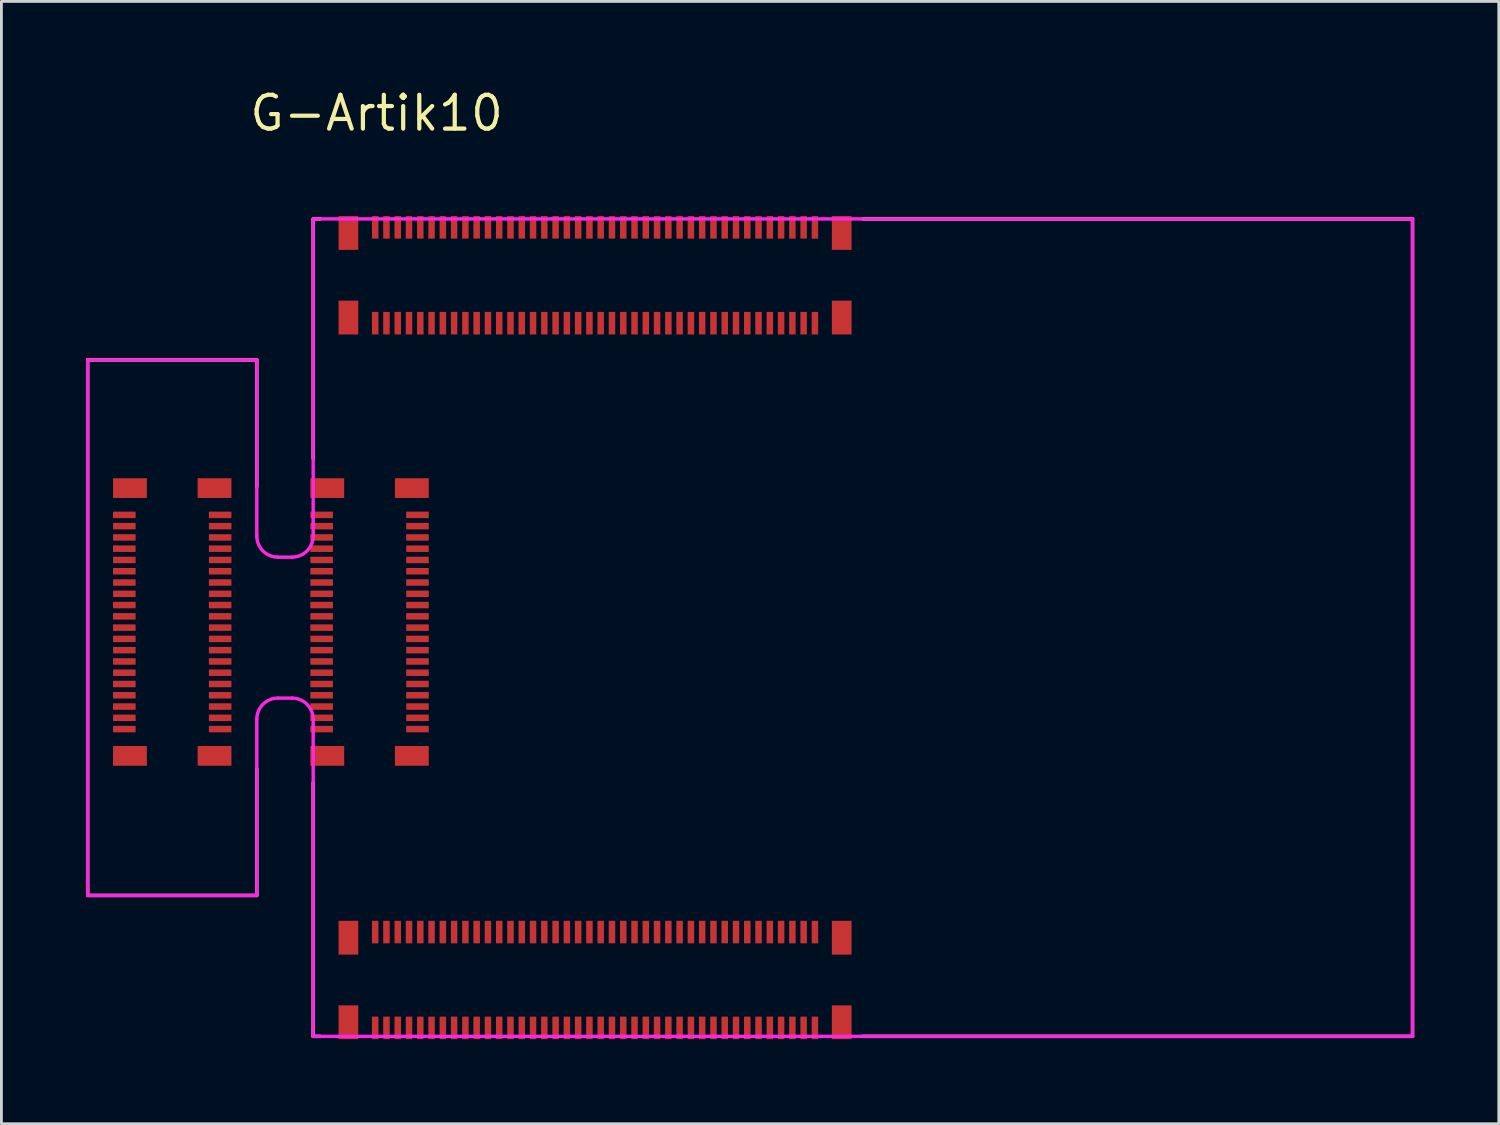
<source format=kicad_pcb>
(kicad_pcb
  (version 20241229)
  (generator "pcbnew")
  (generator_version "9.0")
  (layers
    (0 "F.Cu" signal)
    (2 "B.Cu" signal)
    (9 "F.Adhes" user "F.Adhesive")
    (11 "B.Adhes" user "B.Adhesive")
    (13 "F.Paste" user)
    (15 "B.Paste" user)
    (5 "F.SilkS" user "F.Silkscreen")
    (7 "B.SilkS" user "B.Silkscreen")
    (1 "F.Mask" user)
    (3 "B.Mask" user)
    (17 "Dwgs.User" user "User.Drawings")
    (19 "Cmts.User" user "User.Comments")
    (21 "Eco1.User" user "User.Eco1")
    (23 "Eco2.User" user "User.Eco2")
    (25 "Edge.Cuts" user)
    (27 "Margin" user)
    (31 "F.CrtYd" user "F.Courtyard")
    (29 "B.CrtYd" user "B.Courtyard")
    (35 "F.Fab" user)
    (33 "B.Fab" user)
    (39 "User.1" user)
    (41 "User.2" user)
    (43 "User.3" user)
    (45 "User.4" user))
  (footprint "G-Artik10"
    (layer "F.Cu")
    (at 27.56 19.215)
    (property "Reference" "G-Artik10" (at -17.25 -18.25 180) (layer "F.SilkS") (effects (font (size 1.2 1.2) (thickness 0.15))))
    (attr through_hole)
    (fp_line (start -27.5 -9.5) (end -27.5 9.5) (stroke (width 0.12) (type solid)) (layer "F.SilkS"))
    (fp_line (start -27.5 9.5) (end -21.5 9.5) (stroke (width 0.12) (type solid)) (layer "F.SilkS"))
    (fp_line (start -21.5 -9.5) (end -27.5 -9.5) (stroke (width 0.12) (type solid)) (layer "F.SilkS"))
    (fp_line (start -21.5 -5) (end -21.5 -9.5) (stroke (width 0.12) (type solid)) (layer "F.SilkS"))
    (fp_line (start -21.5 9.5) (end -21.5 5) (stroke (width 0.12) (type solid)) (layer "F.SilkS"))
    (fp_line (start -19.5 -14.5) (end -19.25 -14.5) (stroke (width 0.12) (type solid)) (layer "F.SilkS"))
    (fp_line (start -19.5 -6) (end -19.5 -14.5) (stroke (width 0.12) (type solid)) (layer "F.SilkS"))
    (fp_line (start -19.5 5.5) (end -19.5 14.5) (stroke (width 0.12) (type solid)) (layer "F.SilkS"))
    (fp_line (start -19.5 14.5) (end -19.25 14.5) (stroke (width 0.12) (type solid)) (layer "F.SilkS"))
    (fp_line (start 0 -14.5) (end 19.5 -14.5) (stroke (width 0.12) (type solid)) (layer "F.SilkS"))
    (fp_line (start 19.5 -14.5) (end 19.5 14.5) (stroke (width 0.12) (type solid)) (layer "F.SilkS"))
    (fp_line (start 19.5 14.5) (end 0 14.5) (stroke (width 0.12) (type solid)) (layer "F.SilkS"))
    (fp_line (start -27.5 -9.5) (end -27.5 9.5) (stroke (width 0.12) (type solid)) (layer "F.CrtYd"))
    (fp_line (start -27.5 9.5) (end -21.5 9.5) (stroke (width 0.12) (type solid)) (layer "F.CrtYd"))
    (fp_line (start -21.5 -9.5) (end -27.5 -9.5) (stroke (width 0.12) (type solid)) (layer "F.CrtYd"))
    (fp_line (start -21.5 -3.25) (end -21.5 -9.5) (stroke (width 0.12) (type solid)) (layer "F.CrtYd"))
    (fp_line (start -21.5 9.5) (end -21.5 3.25) (stroke (width 0.12) (type solid)) (layer "F.CrtYd"))
    (fp_line (start -20.75 -2.5) (end -20.25 -2.5) (stroke (width 0.12) (type solid)) (layer "F.CrtYd"))
    (fp_line (start -20.75 2.5) (end -20.25 2.5) (stroke (width 0.12) (type solid)) (layer "F.CrtYd"))
    (fp_line (start -19.5 -14.5) (end 19.5 -14.5) (stroke (width 0.12) (type solid)) (layer "F.CrtYd"))
    (fp_line (start -19.5 -3.25) (end -19.5 -14.5) (stroke (width 0.12) (type solid)) (layer "F.CrtYd"))
    (fp_line (start -19.5 14.5) (end -19.5 3.25) (stroke (width 0.12) (type solid)) (layer "F.CrtYd"))
    (fp_line (start 19.5 -14.5) (end 19.5 14.5) (stroke (width 0.12) (type solid)) (layer "F.CrtYd"))
    (fp_line (start 19.5 14.5) (end -19.5 14.5) (stroke (width 0.12) (type solid)) (layer "F.CrtYd"))
    (fp_arc (start -21.5 3.25) (mid -21.280793 2.720133) (end -20.751309 2.500001) (stroke (width 0.12) (type solid)) (layer "F.CrtYd"))
    (fp_arc (start -20.75 -2.5) (mid -21.28033 -2.71967) (end -21.5 -3.25) (stroke (width 0.12) (type solid)) (layer "F.CrtYd"))
    (fp_arc (start -20.25 2.5) (mid -19.71967 2.71967) (end -19.5 3.25) (stroke (width 0.12) (type solid)) (layer "F.CrtYd"))
    (fp_arc (start -19.5 -3.25) (mid -19.71967 -2.71967) (end -20.25 -2.5) (stroke (width 0.12) (type solid)) (layer "F.CrtYd"))
    (pad "1-1" smd rect (at -19.2 3.6 90) (size 0.23 0.8) (layers "F.Cu" "F.Mask" "F.Paste"))
    (pad "1-2" smd rect (at -15.8 3.6 90) (size 0.23 0.8) (layers "F.Cu" "F.Mask" "F.Paste"))
    (pad "1-3" smd rect (at -19.2 3.2 90) (size 0.23 0.8) (layers "F.Cu" "F.Mask" "F.Paste"))
    (pad "1-4" smd rect (at -15.8 3.2 90) (size 0.23 0.8) (layers "F.Cu" "F.Mask" "F.Paste"))
    (pad "1-5" smd rect (at -19.2 2.8 90) (size 0.23 0.8) (layers "F.Cu" "F.Mask" "F.Paste"))
    (pad "1-6" smd rect (at -15.8 2.8 90) (size 0.23 0.8) (layers "F.Cu" "F.Mask" "F.Paste"))
    (pad "1-7" smd rect (at -19.2 2.4 90) (size 0.23 0.8) (layers "F.Cu" "F.Mask" "F.Paste"))
    (pad "1-8" smd rect (at -15.8 2.4 90) (size 0.23 0.8) (layers "F.Cu" "F.Mask" "F.Paste"))
    (pad "1-9" smd rect (at -19.2 2 90) (size 0.23 0.8) (layers "F.Cu" "F.Mask" "F.Paste"))
    (pad "1-10" smd rect (at -15.8 2 90) (size 0.23 0.8) (layers "F.Cu" "F.Mask" "F.Paste"))
    (pad "1-11" smd rect (at -19.2 1.6 90) (size 0.23 0.8) (layers "F.Cu" "F.Mask" "F.Paste"))
    (pad "1-12" smd rect (at -15.8 1.6 90) (size 0.23 0.8) (layers "F.Cu" "F.Mask" "F.Paste"))
    (pad "1-13" smd rect (at -19.2 1.2 90) (size 0.23 0.8) (layers "F.Cu" "F.Mask" "F.Paste"))
    (pad "1-14" smd rect (at -15.8 1.2 90) (size 0.23 0.8) (layers "F.Cu" "F.Mask" "F.Paste"))
    (pad "1-15" smd rect (at -19.2 0.8 90) (size 0.23 0.8) (layers "F.Cu" "F.Mask" "F.Paste"))
    (pad "1-16" smd rect (at -15.8 0.8 90) (size 0.23 0.8) (layers "F.Cu" "F.Mask" "F.Paste"))
    (pad "1-17" smd rect (at -19.2 0.4 90) (size 0.23 0.8) (layers "F.Cu" "F.Mask" "F.Paste"))
    (pad "1-18" smd rect (at -15.8 0.4 90) (size 0.23 0.8) (layers "F.Cu" "F.Mask" "F.Paste"))
    (pad "1-19" smd rect (at -19.2 0 90) (size 0.23 0.8) (layers "F.Cu" "F.Mask" "F.Paste"))
    (pad "1-20" smd rect (at -15.8 0 90) (size 0.23 0.8) (layers "F.Cu" "F.Mask" "F.Paste"))
    (pad "1-21" smd rect (at -19.2 -0.4 90) (size 0.23 0.8) (layers "F.Cu" "F.Mask" "F.Paste"))
    (pad "1-22" smd rect (at -15.8 -0.4 90) (size 0.23 0.8) (layers "F.Cu" "F.Mask" "F.Paste"))
    (pad "1-23" smd rect (at -19.2 -0.8 90) (size 0.23 0.8) (layers "F.Cu" "F.Mask" "F.Paste"))
    (pad "1-24" smd rect (at -15.8 -0.8 90) (size 0.23 0.8) (layers "F.Cu" "F.Mask" "F.Paste"))
    (pad "1-25" smd rect (at -19.2 -1.2 90) (size 0.23 0.8) (layers "F.Cu" "F.Mask" "F.Paste"))
    (pad "1-26" smd rect (at -15.8 -1.2 90) (size 0.23 0.8) (layers "F.Cu" "F.Mask" "F.Paste"))
    (pad "1-27" smd rect (at -19.2 -1.6 90) (size 0.23 0.8) (layers "F.Cu" "F.Mask" "F.Paste"))
    (pad "1-28" smd rect (at -15.8 -1.6 90) (size 0.23 0.8) (layers "F.Cu" "F.Mask" "F.Paste"))
    (pad "1-29" smd rect (at -19.2 -2 90) (size 0.23 0.8) (layers "F.Cu" "F.Mask" "F.Paste"))
    (pad "1-30" smd rect (at -15.8 -2 90) (size 0.23 0.8) (layers "F.Cu" "F.Mask" "F.Paste"))
    (pad "1-31" smd rect (at -19.2 -2.4 90) (size 0.23 0.8) (layers "F.Cu" "F.Mask" "F.Paste"))
    (pad "1-32" smd rect (at -15.8 -2.4 90) (size 0.23 0.8) (layers "F.Cu" "F.Mask" "F.Paste"))
    (pad "1-33" smd rect (at -19.2 -2.8 90) (size 0.23 0.8) (layers "F.Cu" "F.Mask" "F.Paste"))
    (pad "1-34" smd rect (at -15.8 -2.8 90) (size 0.23 0.8) (layers "F.Cu" "F.Mask" "F.Paste"))
    (pad "1-35" smd rect (at -19.2 -3.2 90) (size 0.23 0.8) (layers "F.Cu" "F.Mask" "F.Paste"))
    (pad "1-36" smd rect (at -15.8 -3.2 90) (size 0.23 0.8) (layers "F.Cu" "F.Mask" "F.Paste"))
    (pad "1-37" smd rect (at -19.2 -3.6 90) (size 0.23 0.8) (layers "F.Cu" "F.Mask" "F.Paste"))
    (pad "1-38" smd rect (at -15.8 -3.6 90) (size 0.23 0.8) (layers "F.Cu" "F.Mask" "F.Paste"))
    (pad "1-39" smd rect (at -19.2 -4 90) (size 0.23 0.8) (layers "F.Cu" "F.Mask" "F.Paste"))
    (pad "1-40" smd rect (at -15.8 -4 90) (size 0.23 0.8) (layers "F.Cu" "F.Mask" "F.Paste"))
    (pad "3-1" smd rect (at -1.7 -10.8 180) (size 0.23 0.8) (layers "F.Cu" "F.Mask" "F.Paste"))
    (pad "3-2" smd rect (at -1.7 -14.2 180) (size 0.23 0.8) (layers "F.Cu" "F.Mask" "F.Paste"))
    (pad "3-3" smd rect (at -2.1 -10.8 180) (size 0.23 0.8) (layers "F.Cu" "F.Mask" "F.Paste"))
    (pad "3-4" smd rect (at -2.1 -14.2 180) (size 0.23 0.8) (layers "F.Cu" "F.Mask" "F.Paste"))
    (pad "3-5" smd rect (at -2.5 -10.8 180) (size 0.23 0.8) (layers "F.Cu" "F.Mask" "F.Paste"))
    (pad "3-6" smd rect (at -2.5 -14.2 180) (size 0.23 0.8) (layers "F.Cu" "F.Mask" "F.Paste"))
    (pad "3-7" smd rect (at -2.9 -10.8 180) (size 0.23 0.8) (layers "F.Cu" "F.Mask" "F.Paste"))
    (pad "3-8" smd rect (at -2.9 -14.2 180) (size 0.23 0.8) (layers "F.Cu" "F.Mask" "F.Paste"))
    (pad "3-9" smd rect (at -3.3 -10.8 180) (size 0.23 0.8) (layers "F.Cu" "F.Mask" "F.Paste"))
    (pad "3-10" smd rect (at -3.3 -14.2 180) (size 0.23 0.8) (layers "F.Cu" "F.Mask" "F.Paste"))
    (pad "3-11" smd rect (at -3.7 -10.8 180) (size 0.23 0.8) (layers "F.Cu" "F.Mask" "F.Paste"))
    (pad "3-12" smd rect (at -3.7 -14.2 180) (size 0.23 0.8) (layers "F.Cu" "F.Mask" "F.Paste"))
    (pad "3-13" smd rect (at -4.1 -10.8 180) (size 0.23 0.8) (layers "F.Cu" "F.Mask" "F.Paste"))
    (pad "3-14" smd rect (at -4.1 -14.2 180) (size 0.23 0.8) (layers "F.Cu" "F.Mask" "F.Paste"))
    (pad "3-15" smd rect (at -4.5 -10.8 180) (size 0.23 0.8) (layers "F.Cu" "F.Mask" "F.Paste"))
    (pad "3-16" smd rect (at -4.5 -14.2 180) (size 0.23 0.8) (layers "F.Cu" "F.Mask" "F.Paste"))
    (pad "3-17" smd rect (at -4.9 -10.8 180) (size 0.23 0.8) (layers "F.Cu" "F.Mask" "F.Paste"))
    (pad "3-18" smd rect (at -4.9 -14.2 180) (size 0.23 0.8) (layers "F.Cu" "F.Mask" "F.Paste"))
    (pad "3-19" smd rect (at -5.3 -10.8 180) (size 0.23 0.8) (layers "F.Cu" "F.Mask" "F.Paste"))
    (pad "3-20" smd rect (at -5.3 -14.2 180) (size 0.23 0.8) (layers "F.Cu" "F.Mask" "F.Paste"))
    (pad "3-21" smd rect (at -5.7 -10.8 180) (size 0.23 0.8) (layers "F.Cu" "F.Mask" "F.Paste"))
    (pad "3-22" smd rect (at -5.7 -14.2 180) (size 0.23 0.8) (layers "F.Cu" "F.Mask" "F.Paste"))
    (pad "3-23" smd rect (at -6.1 -10.8 180) (size 0.23 0.8) (layers "F.Cu" "F.Mask" "F.Paste"))
    (pad "3-24" smd rect (at -6.1 -14.2 180) (size 0.23 0.8) (layers "F.Cu" "F.Mask" "F.Paste"))
    (pad "3-25" smd rect (at -6.5 -10.8 180) (size 0.23 0.8) (layers "F.Cu" "F.Mask" "F.Paste"))
    (pad "3-26" smd rect (at -6.5 -14.2 180) (size 0.23 0.8) (layers "F.Cu" "F.Mask" "F.Paste"))
    (pad "3-27" smd rect (at -6.9 -10.8 180) (size 0.23 0.8) (layers "F.Cu" "F.Mask" "F.Paste"))
    (pad "3-28" smd rect (at -6.9 -14.2 180) (size 0.23 0.8) (layers "F.Cu" "F.Mask" "F.Paste"))
    (pad "3-29" smd rect (at -7.3 -10.8 180) (size 0.23 0.8) (layers "F.Cu" "F.Mask" "F.Paste"))
    (pad "3-30" smd rect (at -7.3 -14.2 180) (size 0.23 0.8) (layers "F.Cu" "F.Mask" "F.Paste"))
    (pad "3-31" smd rect (at -7.7 -10.8 180) (size 0.23 0.8) (layers "F.Cu" "F.Mask" "F.Paste"))
    (pad "3-32" smd rect (at -7.7 -14.2 180) (size 0.23 0.8) (layers "F.Cu" "F.Mask" "F.Paste"))
    (pad "3-33" smd rect (at -8.1 -10.8 180) (size 0.23 0.8) (layers "F.Cu" "F.Mask" "F.Paste"))
    (pad "3-34" smd rect (at -8.1 -14.2 180) (size 0.23 0.8) (layers "F.Cu" "F.Mask" "F.Paste"))
    (pad "3-35" smd rect (at -8.5 -10.8 180) (size 0.23 0.8) (layers "F.Cu" "F.Mask" "F.Paste"))
    (pad "3-36" smd rect (at -8.5 -14.2 180) (size 0.23 0.8) (layers "F.Cu" "F.Mask" "F.Paste"))
    (pad "3-37" smd rect (at -8.9 -10.8 180) (size 0.23 0.8) (layers "F.Cu" "F.Mask" "F.Paste"))
    (pad "3-38" smd rect (at -8.9 -14.2 180) (size 0.23 0.8) (layers "F.Cu" "F.Mask" "F.Paste"))
    (pad "3-39" smd rect (at -9.3 -10.8 180) (size 0.23 0.8) (layers "F.Cu" "F.Mask" "F.Paste"))
    (pad "3-40" smd rect (at -9.3 -14.2 180) (size 0.23 0.8) (layers "F.Cu" "F.Mask" "F.Paste"))
    (pad "3-41" smd rect (at -9.7 -10.8 180) (size 0.23 0.8) (layers "F.Cu" "F.Mask" "F.Paste"))
    (pad "3-42" smd rect (at -9.7 -14.2 180) (size 0.23 0.8) (layers "F.Cu" "F.Mask" "F.Paste"))
    (pad "3-43" smd rect (at -10.1 -10.8 180) (size 0.23 0.8) (layers "F.Cu" "F.Mask" "F.Paste"))
    (pad "3-44" smd rect (at -10.1 -14.2 180) (size 0.23 0.8) (layers "F.Cu" "F.Mask" "F.Paste"))
    (pad "3-45" smd rect (at -10.5 -10.8 180) (size 0.23 0.8) (layers "F.Cu" "F.Mask" "F.Paste"))
    (pad "3-46" smd rect (at -10.5 -14.2 180) (size 0.23 0.8) (layers "F.Cu" "F.Mask" "F.Paste"))
    (pad "3-47" smd rect (at -10.9 -10.8 180) (size 0.23 0.8) (layers "F.Cu" "F.Mask" "F.Paste"))
    (pad "3-48" smd rect (at -10.9 -14.2 180) (size 0.23 0.8) (layers "F.Cu" "F.Mask" "F.Paste"))
    (pad "3-49" smd rect (at -11.3 -10.8 180) (size 0.23 0.8) (layers "F.Cu" "F.Mask" "F.Paste"))
    (pad "3-50" smd rect (at -11.3 -14.2 180) (size 0.23 0.8) (layers "F.Cu" "F.Mask" "F.Paste"))
    (pad "3-51" smd rect (at -11.7 -10.8 180) (size 0.23 0.8) (layers "F.Cu" "F.Mask" "F.Paste"))
    (pad "3-52" smd rect (at -11.7 -14.2 180) (size 0.23 0.8) (layers "F.Cu" "F.Mask" "F.Paste"))
    (pad "3-53" smd rect (at -12.1 -10.8 180) (size 0.23 0.8) (layers "F.Cu" "F.Mask" "F.Paste"))
    (pad "3-54" smd rect (at -12.1 -14.2 180) (size 0.23 0.8) (layers "F.Cu" "F.Mask" "F.Paste"))
    (pad "3-55" smd rect (at -12.5 -10.8 180) (size 0.23 0.8) (layers "F.Cu" "F.Mask" "F.Paste"))
    (pad "3-56" smd rect (at -12.5 -14.2 180) (size 0.23 0.8) (layers "F.Cu" "F.Mask" "F.Paste"))
    (pad "3-57" smd rect (at -12.9 -10.8 180) (size 0.23 0.8) (layers "F.Cu" "F.Mask" "F.Paste"))
    (pad "3-58" smd rect (at -12.9 -14.2 180) (size 0.23 0.8) (layers "F.Cu" "F.Mask" "F.Paste"))
    (pad "3-59" smd rect (at -13.3 -10.8 180) (size 0.23 0.8) (layers "F.Cu" "F.Mask" "F.Paste"))
    (pad "3-60" smd rect (at -13.3 -14.2 180) (size 0.23 0.8) (layers "F.Cu" "F.Mask" "F.Paste"))
    (pad "3-61" smd rect (at -13.7 -10.8 180) (size 0.23 0.8) (layers "F.Cu" "F.Mask" "F.Paste"))
    (pad "3-62" smd rect (at -13.7 -14.2 180) (size 0.23 0.8) (layers "F.Cu" "F.Mask" "F.Paste"))
    (pad "3-63" smd rect (at -14.1 -10.8 180) (size 0.23 0.8) (layers "F.Cu" "F.Mask" "F.Paste"))
    (pad "3-64" smd rect (at -14.1 -14.2 180) (size 0.23 0.8) (layers "F.Cu" "F.Mask" "F.Paste"))
    (pad "3-65" smd rect (at -14.5 -10.8 180) (size 0.23 0.8) (layers "F.Cu" "F.Mask" "F.Paste"))
    (pad "3-66" smd rect (at -14.5 -14.2 180) (size 0.23 0.8) (layers "F.Cu" "F.Mask" "F.Paste"))
    (pad "3-67" smd rect (at -14.9 -10.8 180) (size 0.23 0.8) (layers "F.Cu" "F.Mask" "F.Paste"))
    (pad "3-68" smd rect (at -14.9 -14.2 180) (size 0.23 0.8) (layers "F.Cu" "F.Mask" "F.Paste"))
    (pad "3-69" smd rect (at -15.3 -10.8 180) (size 0.23 0.8) (layers "F.Cu" "F.Mask" "F.Paste"))
    (pad "3-70" smd rect (at -15.3 -14.2 180) (size 0.23 0.8) (layers "F.Cu" "F.Mask" "F.Paste"))
    (pad "3-71" smd rect (at -15.7 -10.8 180) (size 0.23 0.8) (layers "F.Cu" "F.Mask" "F.Paste"))
    (pad "3-72" smd rect (at -15.7 -14.2 180) (size 0.23 0.8) (layers "F.Cu" "F.Mask" "F.Paste"))
    (pad "3-73" smd rect (at -16.1 -10.8 180) (size 0.23 0.8) (layers "F.Cu" "F.Mask" "F.Paste"))
    (pad "3-74" smd rect (at -16.1 -14.2 180) (size 0.23 0.8) (layers "F.Cu" "F.Mask" "F.Paste"))
    (pad "3-75" smd rect (at -16.5 -10.8 180) (size 0.23 0.8) (layers "F.Cu" "F.Mask" "F.Paste"))
    (pad "3-76" smd rect (at -16.5 -14.2 180) (size 0.23 0.8) (layers "F.Cu" "F.Mask" "F.Paste"))
    (pad "3-77" smd rect (at -16.9 -10.8 180) (size 0.23 0.8) (layers "F.Cu" "F.Mask" "F.Paste"))
    (pad "3-78" smd rect (at -16.9 -14.2 180) (size 0.23 0.8) (layers "F.Cu" "F.Mask" "F.Paste"))
    (pad "3-79" smd rect (at -17.3 -10.8 180) (size 0.23 0.8) (layers "F.Cu" "F.Mask" "F.Paste"))
    (pad "3-80" smd rect (at -17.3 -14.2 180) (size 0.23 0.8) (layers "F.Cu" "F.Mask" "F.Paste"))
    (pad "4-1" smd rect (at -1.7 14.2 180) (size 0.23 0.8) (layers "F.Cu" "F.Mask" "F.Paste"))
    (pad "4-2" smd rect (at -1.7 10.8 180) (size 0.23 0.8) (layers "F.Cu" "F.Mask" "F.Paste"))
    (pad "4-3" smd rect (at -2.1 14.2 180) (size 0.23 0.8) (layers "F.Cu" "F.Mask" "F.Paste"))
    (pad "4-4" smd rect (at -2.1 10.8 180) (size 0.23 0.8) (layers "F.Cu" "F.Mask" "F.Paste"))
    (pad "4-5" smd rect (at -2.5 14.2 180) (size 0.23 0.8) (layers "F.Cu" "F.Mask" "F.Paste"))
    (pad "4-6" smd rect (at -2.5 10.8 180) (size 0.23 0.8) (layers "F.Cu" "F.Mask" "F.Paste"))
    (pad "4-7" smd rect (at -2.9 14.2 180) (size 0.23 0.8) (layers "F.Cu" "F.Mask" "F.Paste"))
    (pad "4-8" smd rect (at -2.9 10.8 180) (size 0.23 0.8) (layers "F.Cu" "F.Mask" "F.Paste"))
    (pad "4-9" smd rect (at -3.3 14.2 180) (size 0.23 0.8) (layers "F.Cu" "F.Mask" "F.Paste"))
    (pad "4-10" smd rect (at -3.3 10.8 180) (size 0.23 0.8) (layers "F.Cu" "F.Mask" "F.Paste"))
    (pad "4-11" smd rect (at -3.7 14.2 180) (size 0.23 0.8) (layers "F.Cu" "F.Mask" "F.Paste"))
    (pad "4-12" smd rect (at -3.7 10.8 180) (size 0.23 0.8) (layers "F.Cu" "F.Mask" "F.Paste"))
    (pad "4-13" smd rect (at -4.1 14.2 180) (size 0.23 0.8) (layers "F.Cu" "F.Mask" "F.Paste"))
    (pad "4-14" smd rect (at -4.1 10.8 180) (size 0.23 0.8) (layers "F.Cu" "F.Mask" "F.Paste"))
    (pad "4-15" smd rect (at -4.5 14.2 180) (size 0.23 0.8) (layers "F.Cu" "F.Mask" "F.Paste"))
    (pad "4-16" smd rect (at -4.5 10.8 180) (size 0.23 0.8) (layers "F.Cu" "F.Mask" "F.Paste"))
    (pad "4-17" smd rect (at -4.9 14.2 180) (size 0.23 0.8) (layers "F.Cu" "F.Mask" "F.Paste"))
    (pad "4-18" smd rect (at -4.9 10.8 180) (size 0.23 0.8) (layers "F.Cu" "F.Mask" "F.Paste"))
    (pad "4-19" smd rect (at -5.3 14.2 180) (size 0.23 0.8) (layers "F.Cu" "F.Mask" "F.Paste"))
    (pad "4-20" smd rect (at -5.3 10.8 180) (size 0.23 0.8) (layers "F.Cu" "F.Mask" "F.Paste"))
    (pad "4-21" smd rect (at -5.7 14.2 180) (size 0.23 0.8) (layers "F.Cu" "F.Mask" "F.Paste"))
    (pad "4-22" smd rect (at -5.7 10.8 180) (size 0.23 0.8) (layers "F.Cu" "F.Mask" "F.Paste"))
    (pad "4-23" smd rect (at -6.1 14.2 180) (size 0.23 0.8) (layers "F.Cu" "F.Mask" "F.Paste"))
    (pad "4-24" smd rect (at -6.1 10.8 180) (size 0.23 0.8) (layers "F.Cu" "F.Mask" "F.Paste"))
    (pad "4-25" smd rect (at -6.5 14.2 180) (size 0.23 0.8) (layers "F.Cu" "F.Mask" "F.Paste"))
    (pad "4-26" smd rect (at -6.5 10.8 180) (size 0.23 0.8) (layers "F.Cu" "F.Mask" "F.Paste"))
    (pad "4-27" smd rect (at -6.9 14.2 180) (size 0.23 0.8) (layers "F.Cu" "F.Mask" "F.Paste"))
    (pad "4-28" smd rect (at -6.9 10.8 180) (size 0.23 0.8) (layers "F.Cu" "F.Mask" "F.Paste"))
    (pad "4-29" smd rect (at -7.3 14.2 180) (size 0.23 0.8) (layers "F.Cu" "F.Mask" "F.Paste"))
    (pad "4-30" smd rect (at -7.3 10.8 180) (size 0.23 0.8) (layers "F.Cu" "F.Mask" "F.Paste"))
    (pad "4-31" smd rect (at -7.7 14.2 180) (size 0.23 0.8) (layers "F.Cu" "F.Mask" "F.Paste"))
    (pad "4-32" smd rect (at -7.7 10.8 180) (size 0.23 0.8) (layers "F.Cu" "F.Mask" "F.Paste"))
    (pad "4-33" smd rect (at -8.1 14.2 180) (size 0.23 0.8) (layers "F.Cu" "F.Mask" "F.Paste"))
    (pad "4-34" smd rect (at -8.1 10.8 180) (size 0.23 0.8) (layers "F.Cu" "F.Mask" "F.Paste"))
    (pad "4-35" smd rect (at -8.5 14.2 180) (size 0.23 0.8) (layers "F.Cu" "F.Mask" "F.Paste"))
    (pad "4-36" smd rect (at -8.5 10.8 180) (size 0.23 0.8) (layers "F.Cu" "F.Mask" "F.Paste"))
    (pad "4-37" smd rect (at -8.9 14.2 180) (size 0.23 0.8) (layers "F.Cu" "F.Mask" "F.Paste"))
    (pad "4-38" smd rect (at -8.9 10.8 180) (size 0.23 0.8) (layers "F.Cu" "F.Mask" "F.Paste"))
    (pad "4-39" smd rect (at -9.3 14.2 180) (size 0.23 0.8) (layers "F.Cu" "F.Mask" "F.Paste"))
    (pad "4-40" smd rect (at -9.3 10.8 180) (size 0.23 0.8) (layers "F.Cu" "F.Mask" "F.Paste"))
    (pad "4-41" smd rect (at -9.7 14.2 180) (size 0.23 0.8) (layers "F.Cu" "F.Mask" "F.Paste"))
    (pad "4-42" smd rect (at -9.7 10.8 180) (size 0.23 0.8) (layers "F.Cu" "F.Mask" "F.Paste"))
    (pad "4-43" smd rect (at -10.1 14.2 180) (size 0.23 0.8) (layers "F.Cu" "F.Mask" "F.Paste"))
    (pad "4-44" smd rect (at -10.1 10.8 180) (size 0.23 0.8) (layers "F.Cu" "F.Mask" "F.Paste"))
    (pad "4-45" smd rect (at -10.5 14.2 180) (size 0.23 0.8) (layers "F.Cu" "F.Mask" "F.Paste"))
    (pad "4-46" smd rect (at -10.5 10.8 180) (size 0.23 0.8) (layers "F.Cu" "F.Mask" "F.Paste"))
    (pad "4-47" smd rect (at -10.9 14.2 180) (size 0.23 0.8) (layers "F.Cu" "F.Mask" "F.Paste"))
    (pad "4-48" smd rect (at -10.9 10.8 180) (size 0.23 0.8) (layers "F.Cu" "F.Mask" "F.Paste"))
    (pad "4-49" smd rect (at -11.3 14.2 180) (size 0.23 0.8) (layers "F.Cu" "F.Mask" "F.Paste"))
    (pad "4-50" smd rect (at -11.3 10.8 180) (size 0.23 0.8) (layers "F.Cu" "F.Mask" "F.Paste"))
    (pad "4-51" smd rect (at -11.7 14.2 180) (size 0.23 0.8) (layers "F.Cu" "F.Mask" "F.Paste"))
    (pad "4-52" smd rect (at -11.7 10.8 180) (size 0.23 0.8) (layers "F.Cu" "F.Mask" "F.Paste"))
    (pad "4-53" smd rect (at -12.1 14.2 180) (size 0.23 0.8) (layers "F.Cu" "F.Mask" "F.Paste"))
    (pad "4-54" smd rect (at -12.1 10.8 180) (size 0.23 0.8) (layers "F.Cu" "F.Mask" "F.Paste"))
    (pad "4-55" smd rect (at -12.5 14.2 180) (size 0.23 0.8) (layers "F.Cu" "F.Mask" "F.Paste"))
    (pad "4-56" smd rect (at -12.5 10.8 180) (size 0.23 0.8) (layers "F.Cu" "F.Mask" "F.Paste"))
    (pad "4-57" smd rect (at -12.9 14.2 180) (size 0.23 0.8) (layers "F.Cu" "F.Mask" "F.Paste"))
    (pad "4-58" smd rect (at -12.9 10.8 180) (size 0.23 0.8) (layers "F.Cu" "F.Mask" "F.Paste"))
    (pad "4-59" smd rect (at -13.3 14.2 180) (size 0.23 0.8) (layers "F.Cu" "F.Mask" "F.Paste"))
    (pad "4-60" smd rect (at -13.3 10.8 180) (size 0.23 0.8) (layers "F.Cu" "F.Mask" "F.Paste"))
    (pad "4-61" smd rect (at -13.7 14.2 180) (size 0.23 0.8) (layers "F.Cu" "F.Mask" "F.Paste"))
    (pad "4-62" smd rect (at -13.7 10.8 180) (size 0.23 0.8) (layers "F.Cu" "F.Mask" "F.Paste"))
    (pad "4-63" smd rect (at -14.1 14.2 180) (size 0.23 0.8) (layers "F.Cu" "F.Mask" "F.Paste"))
    (pad "4-64" smd rect (at -14.1 10.8 180) (size 0.23 0.8) (layers "F.Cu" "F.Mask" "F.Paste"))
    (pad "4-65" smd rect (at -14.5 14.2 180) (size 0.23 0.8) (layers "F.Cu" "F.Mask" "F.Paste"))
    (pad "4-66" smd rect (at -14.5 10.8 180) (size 0.23 0.8) (layers "F.Cu" "F.Mask" "F.Paste"))
    (pad "4-67" smd rect (at -14.9 14.2 180) (size 0.23 0.8) (layers "F.Cu" "F.Mask" "F.Paste"))
    (pad "4-68" smd rect (at -14.9 10.8 180) (size 0.23 0.8) (layers "F.Cu" "F.Mask" "F.Paste"))
    (pad "4-69" smd rect (at -15.3 14.2 180) (size 0.23 0.8) (layers "F.Cu" "F.Mask" "F.Paste"))
    (pad "4-70" smd rect (at -15.3 10.8 180) (size 0.23 0.8) (layers "F.Cu" "F.Mask" "F.Paste"))
    (pad "4-71" smd rect (at -15.7 14.2 180) (size 0.23 0.8) (layers "F.Cu" "F.Mask" "F.Paste"))
    (pad "4-72" smd rect (at -15.7 10.8 180) (size 0.23 0.8) (layers "F.Cu" "F.Mask" "F.Paste"))
    (pad "4-73" smd rect (at -16.1 14.2 180) (size 0.23 0.8) (layers "F.Cu" "F.Mask" "F.Paste"))
    (pad "4-74" smd rect (at -16.1 10.8 180) (size 0.23 0.8) (layers "F.Cu" "F.Mask" "F.Paste"))
    (pad "4-75" smd rect (at -16.5 14.2 180) (size 0.23 0.8) (layers "F.Cu" "F.Mask" "F.Paste"))
    (pad "4-76" smd rect (at -16.5 10.8 180) (size 0.23 0.8) (layers "F.Cu" "F.Mask" "F.Paste"))
    (pad "4-77" smd rect (at -16.9 14.2 180) (size 0.23 0.8) (layers "F.Cu" "F.Mask" "F.Paste"))
    (pad "4-78" smd rect (at -16.9 10.8 180) (size 0.23 0.8) (layers "F.Cu" "F.Mask" "F.Paste"))
    (pad "4-79" smd rect (at -17.3 14.2 180) (size 0.23 0.8) (layers "F.Cu" "F.Mask" "F.Paste"))
    (pad "4-80" smd rect (at -17.3 10.8 180) (size 0.23 0.8) (layers "F.Cu" "F.Mask" "F.Paste"))
    (pad "9-1" smd rect (at -26.2 3.6 90) (size 0.23 0.8) (layers "F.Cu" "F.Mask" "F.Paste"))
    (pad "9-2" smd rect (at -22.8 3.6 90) (size 0.23 0.8) (layers "F.Cu" "F.Mask" "F.Paste"))
    (pad "9-3" smd rect (at -26.2 3.2 90) (size 0.23 0.8) (layers "F.Cu" "F.Mask" "F.Paste"))
    (pad "9-4" smd rect (at -22.8 3.2 90) (size 0.23 0.8) (layers "F.Cu" "F.Mask" "F.Paste"))
    (pad "9-5" smd rect (at -26.2 2.8 90) (size 0.23 0.8) (layers "F.Cu" "F.Mask" "F.Paste"))
    (pad "9-6" smd rect (at -22.8 2.8 90) (size 0.23 0.8) (layers "F.Cu" "F.Mask" "F.Paste"))
    (pad "9-7" smd rect (at -26.2 2.4 90) (size 0.23 0.8) (layers "F.Cu" "F.Mask" "F.Paste"))
    (pad "9-8" smd rect (at -22.8 2.4 90) (size 0.23 0.8) (layers "F.Cu" "F.Mask" "F.Paste"))
    (pad "9-9" smd rect (at -26.2 2 90) (size 0.23 0.8) (layers "F.Cu" "F.Mask" "F.Paste"))
    (pad "9-10" smd rect (at -22.8 2 90) (size 0.23 0.8) (layers "F.Cu" "F.Mask" "F.Paste"))
    (pad "9-11" smd rect (at -26.2 1.6 90) (size 0.23 0.8) (layers "F.Cu" "F.Mask" "F.Paste"))
    (pad "9-12" smd rect (at -22.8 1.6 90) (size 0.23 0.8) (layers "F.Cu" "F.Mask" "F.Paste"))
    (pad "9-13" smd rect (at -26.2 1.2 90) (size 0.23 0.8) (layers "F.Cu" "F.Mask" "F.Paste"))
    (pad "9-14" smd rect (at -22.8 1.2 90) (size 0.23 0.8) (layers "F.Cu" "F.Mask" "F.Paste"))
    (pad "9-15" smd rect (at -26.2 0.8 90) (size 0.23 0.8) (layers "F.Cu" "F.Mask" "F.Paste"))
    (pad "9-16" smd rect (at -22.8 0.8 90) (size 0.23 0.8) (layers "F.Cu" "F.Mask" "F.Paste"))
    (pad "9-17" smd rect (at -26.2 0.4 90) (size 0.23 0.8) (layers "F.Cu" "F.Mask" "F.Paste"))
    (pad "9-18" smd rect (at -22.8 0.4 90) (size 0.23 0.8) (layers "F.Cu" "F.Mask" "F.Paste"))
    (pad "9-19" smd rect (at -26.2 0 90) (size 0.23 0.8) (layers "F.Cu" "F.Mask" "F.Paste"))
    (pad "9-20" smd rect (at -22.8 0 90) (size 0.23 0.8) (layers "F.Cu" "F.Mask" "F.Paste"))
    (pad "9-21" smd rect (at -26.2 -0.4 90) (size 0.23 0.8) (layers "F.Cu" "F.Mask" "F.Paste"))
    (pad "9-22" smd rect (at -22.8 -0.4 90) (size 0.23 0.8) (layers "F.Cu" "F.Mask" "F.Paste"))
    (pad "9-23" smd rect (at -26.2 -0.8 90) (size 0.23 0.8) (layers "F.Cu" "F.Mask" "F.Paste"))
    (pad "9-24" smd rect (at -22.8 -0.8 90) (size 0.23 0.8) (layers "F.Cu" "F.Mask" "F.Paste"))
    (pad "9-25" smd rect (at -26.2 -1.2 90) (size 0.23 0.8) (layers "F.Cu" "F.Mask" "F.Paste"))
    (pad "9-26" smd rect (at -22.8 -1.2 90) (size 0.23 0.8) (layers "F.Cu" "F.Mask" "F.Paste"))
    (pad "9-27" smd rect (at -26.2 -1.6 90) (size 0.23 0.8) (layers "F.Cu" "F.Mask" "F.Paste"))
    (pad "9-28" smd rect (at -22.8 -1.6 90) (size 0.23 0.8) (layers "F.Cu" "F.Mask" "F.Paste"))
    (pad "9-29" smd rect (at -26.2 -2 90) (size 0.23 0.8) (layers "F.Cu" "F.Mask" "F.Paste"))
    (pad "9-30" smd rect (at -22.8 -2 90) (size 0.23 0.8) (layers "F.Cu" "F.Mask" "F.Paste"))
    (pad "9-31" smd rect (at -26.2 -2.4 90) (size 0.23 0.8) (layers "F.Cu" "F.Mask" "F.Paste"))
    (pad "9-32" smd rect (at -22.8 -2.4 90) (size 0.23 0.8) (layers "F.Cu" "F.Mask" "F.Paste"))
    (pad "9-33" smd rect (at -26.2 -2.8 90) (size 0.23 0.8) (layers "F.Cu" "F.Mask" "F.Paste"))
    (pad "9-34" smd rect (at -22.8 -2.8 90) (size 0.23 0.8) (layers "F.Cu" "F.Mask" "F.Paste"))
    (pad "9-35" smd rect (at -26.2 -3.2 90) (size 0.23 0.8) (layers "F.Cu" "F.Mask" "F.Paste"))
    (pad "9-36" smd rect (at -22.8 -3.2 90) (size 0.23 0.8) (layers "F.Cu" "F.Mask" "F.Paste"))
    (pad "9-37" smd rect (at -26.2 -3.6 90) (size 0.23 0.8) (layers "F.Cu" "F.Mask" "F.Paste"))
    (pad "9-38" smd rect (at -22.8 -3.6 90) (size 0.23 0.8) (layers "F.Cu" "F.Mask" "F.Paste"))
    (pad "9-39" smd rect (at -26.2 -4 90) (size 0.23 0.8) (layers "F.Cu" "F.Mask" "F.Paste"))
    (pad "9-40" smd rect (at -22.8 -4 90) (size 0.23 0.8) (layers "F.Cu" "F.Mask" "F.Paste"))
    (pad "H" smd rect (at -26 -4.95 90) (size 0.7 1.2) (layers "F.Cu" "F.Mask" "F.Paste"))
    (pad "H" smd rect (at -26 4.55 90) (size 0.7 1.2) (layers "F.Cu" "F.Mask" "F.Paste"))
    (pad "H" smd rect (at -23 -4.95 90) (size 0.7 1.2) (layers "F.Cu" "F.Mask" "F.Paste"))
    (pad "H" smd rect (at -23 4.55 90) (size 0.7 1.2) (layers "F.Cu" "F.Mask" "F.Paste"))
    (pad "H" smd rect (at -19 -4.95 90) (size 0.7 1.2) (layers "F.Cu" "F.Mask" "F.Paste"))
    (pad "H" smd rect (at -19 4.55 90) (size 0.7 1.2) (layers "F.Cu" "F.Mask" "F.Paste"))
    (pad "H" smd rect (at -18.25 -14) (size 0.7 1.2) (layers "F.Cu" "F.Mask" "F.Paste"))
    (pad "H" smd rect (at -18.25 -11) (size 0.7 1.2) (layers "F.Cu" "F.Mask" "F.Paste"))
    (pad "H" smd rect (at -18.25 11) (size 0.7 1.2) (layers "F.Cu" "F.Mask" "F.Paste"))
    (pad "H" smd rect (at -18.25 14) (size 0.7 1.2) (layers "F.Cu" "F.Mask" "F.Paste"))
    (pad "H" smd rect (at -16 -4.95 90) (size 0.7 1.2) (layers "F.Cu" "F.Mask" "F.Paste"))
    (pad "H" smd rect (at -16 4.55 90) (size 0.7 1.2) (layers "F.Cu" "F.Mask" "F.Paste"))
    (pad "H" smd rect (at -0.75 -14) (size 0.7 1.2) (layers "F.Cu" "F.Mask" "F.Paste"))
    (pad "H" smd rect (at -0.75 -11) (size 0.7 1.2) (layers "F.Cu" "F.Mask" "F.Paste"))
    (pad "H" smd rect (at -0.75 11) (size 0.7 1.2) (layers "F.Cu" "F.Mask" "F.Paste"))
    (pad "H" smd rect (at -0.75 14) (size 0.7 1.2) (layers "F.Cu" "F.Mask" "F.Paste")))
  (gr_rect
    (start -3 -3)
    (end 50.12 36.815)
    (stroke (width 0.1) (type default))
    (fill no)
    (layer "Edge.Cuts")))
</source>
